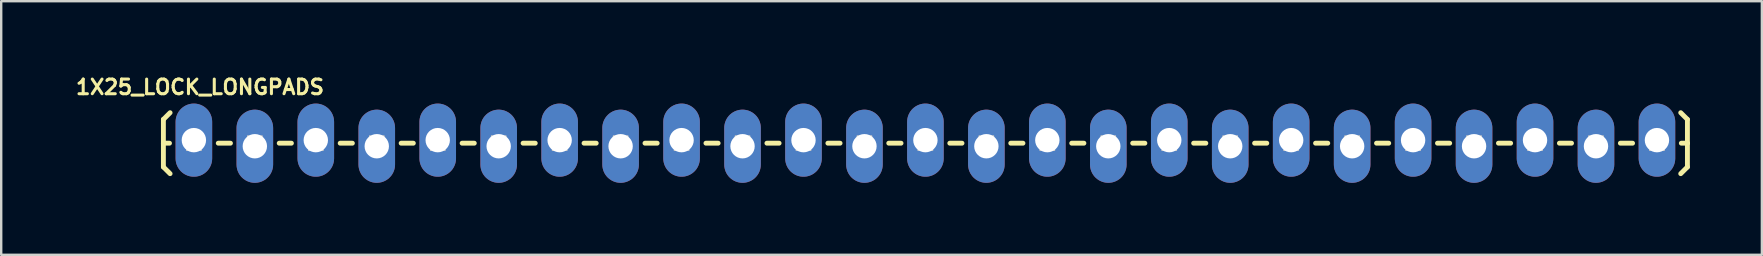
<source format=kicad_pcb>
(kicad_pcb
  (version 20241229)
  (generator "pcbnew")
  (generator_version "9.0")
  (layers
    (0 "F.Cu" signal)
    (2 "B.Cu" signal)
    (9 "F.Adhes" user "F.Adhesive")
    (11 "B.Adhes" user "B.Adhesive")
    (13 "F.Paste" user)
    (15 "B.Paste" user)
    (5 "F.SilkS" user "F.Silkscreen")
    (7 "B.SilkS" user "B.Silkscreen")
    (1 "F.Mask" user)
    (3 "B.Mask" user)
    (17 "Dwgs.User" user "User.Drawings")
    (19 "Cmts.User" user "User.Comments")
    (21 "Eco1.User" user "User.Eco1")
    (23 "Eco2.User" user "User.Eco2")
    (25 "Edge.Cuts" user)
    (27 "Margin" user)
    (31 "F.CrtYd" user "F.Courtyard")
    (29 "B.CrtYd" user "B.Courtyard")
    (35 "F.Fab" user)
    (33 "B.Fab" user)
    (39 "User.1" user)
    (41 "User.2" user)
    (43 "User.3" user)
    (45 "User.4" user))
  (footprint "1X25_LOCK_LONGPADS"
    (layer "F.Cu")
    (at 5.028 2.916)
    (property "Reference" "1X25_LOCK_LONGPADS" (at 0.254 -2.337 0) (layer "F.SilkS") (effects (font (size 0.61 0.61) (thickness 0.127))))
    (attr exclude_from_pos_files exclude_from_bom)
    (fp_line (start -1.27 -0.991) (end -0.991 -1.27) (stroke (width 0.203) (type solid)) (layer "F.SilkS"))
    (fp_line (start -1.27 0) (end -1.27 -0.991) (stroke (width 0.203) (type solid)) (layer "F.SilkS"))
    (fp_line (start -1.27 0) (end -1.27 0.991) (stroke (width 0.203) (type solid)) (layer "F.SilkS"))
    (fp_line (start -1.27 0) (end -1.016 0) (stroke (width 0.203) (type solid)) (layer "F.SilkS"))
    (fp_line (start -1.27 0.991) (end -0.991 1.27) (stroke (width 0.203) (type solid)) (layer "F.SilkS"))
    (fp_line (start 1.524 0) (end 1.016 0) (stroke (width 0.203) (type solid)) (layer "F.SilkS"))
    (fp_line (start 4.064 0) (end 3.556 0) (stroke (width 0.203) (type solid)) (layer "F.SilkS"))
    (fp_line (start 6.604 0) (end 6.096 0) (stroke (width 0.203) (type solid)) (layer "F.SilkS"))
    (fp_line (start 9.144 0) (end 8.636 0) (stroke (width 0.203) (type solid)) (layer "F.SilkS"))
    (fp_line (start 11.684 0) (end 11.176 0) (stroke (width 0.203) (type solid)) (layer "F.SilkS"))
    (fp_line (start 14.224 0) (end 13.716 0) (stroke (width 0.203) (type solid)) (layer "F.SilkS"))
    (fp_line (start 16.764 0) (end 16.256 0) (stroke (width 0.203) (type solid)) (layer "F.SilkS"))
    (fp_line (start 19.304 0) (end 18.796 0) (stroke (width 0.203) (type solid)) (layer "F.SilkS"))
    (fp_line (start 21.844 0) (end 21.336 0) (stroke (width 0.203) (type solid)) (layer "F.SilkS"))
    (fp_line (start 24.384 0) (end 23.876 0) (stroke (width 0.203) (type solid)) (layer "F.SilkS"))
    (fp_line (start 26.924 0) (end 26.416 0) (stroke (width 0.203) (type solid)) (layer "F.SilkS"))
    (fp_line (start 29.464 0) (end 28.953 0) (stroke (width 0.203) (type solid)) (layer "F.SilkS"))
    (fp_line (start 32.004 0) (end 31.496 0) (stroke (width 0.203) (type solid)) (layer "F.SilkS"))
    (fp_line (start 34.544 0) (end 34.036 0) (stroke (width 0.203) (type solid)) (layer "F.SilkS"))
    (fp_line (start 37.084 0) (end 36.576 0) (stroke (width 0.203) (type solid)) (layer "F.SilkS"))
    (fp_line (start 39.624 0) (end 39.116 0) (stroke (width 0.203) (type solid)) (layer "F.SilkS"))
    (fp_line (start 42.164 0) (end 41.656 0) (stroke (width 0.203) (type solid)) (layer "F.SilkS"))
    (fp_line (start 44.704 0) (end 44.196 0) (stroke (width 0.203) (type solid)) (layer "F.SilkS"))
    (fp_line (start 47.244 0) (end 46.736 0) (stroke (width 0.203) (type solid)) (layer "F.SilkS"))
    (fp_line (start 49.784 0) (end 49.276 0) (stroke (width 0.203) (type solid)) (layer "F.SilkS"))
    (fp_line (start 52.324 0) (end 51.816 0) (stroke (width 0.203) (type solid)) (layer "F.SilkS"))
    (fp_line (start 54.864 0) (end 54.356 0) (stroke (width 0.203) (type solid)) (layer "F.SilkS"))
    (fp_line (start 57.401 0) (end 56.896 0) (stroke (width 0.203) (type solid)) (layer "F.SilkS"))
    (fp_line (start 59.944 0) (end 59.436 0) (stroke (width 0.203) (type solid)) (layer "F.SilkS"))
    (fp_line (start 62.23 -0.991) (end 61.951 -1.27) (stroke (width 0.203) (type solid)) (layer "F.SilkS"))
    (fp_line (start 62.23 0) (end 61.976 0) (stroke (width 0.203) (type solid)) (layer "F.SilkS"))
    (fp_line (start 62.23 0) (end 62.23 -0.991) (stroke (width 0.203) (type solid)) (layer "F.SilkS"))
    (fp_line (start 62.23 0) (end 62.23 0.991) (stroke (width 0.203) (type solid)) (layer "F.SilkS"))
    (fp_line (start 62.23 0.991) (end 61.951 1.27) (stroke (width 0.203) (type solid)) (layer "F.SilkS"))
    (fp_line (start -0.292 -0.292) (end 0.292 -0.292) (stroke (width 0.066) (type solid)) (layer "Dwgs.User"))
    (fp_line (start -0.292 0.292) (end -0.292 -0.292) (stroke (width 0.066) (type solid)) (layer "Dwgs.User"))
    (fp_line (start -0.292 0.292) (end 0.292 0.292) (stroke (width 0.066) (type solid)) (layer "Dwgs.User"))
    (fp_line (start 0.292 0.292) (end 0.292 -0.292) (stroke (width 0.066) (type solid)) (layer "Dwgs.User"))
    (fp_line (start 2.248 -0.292) (end 2.832 -0.292) (stroke (width 0.066) (type solid)) (layer "Dwgs.User"))
    (fp_line (start 2.248 0.292) (end 2.248 -0.292) (stroke (width 0.066) (type solid)) (layer "Dwgs.User"))
    (fp_line (start 2.248 0.292) (end 2.832 0.292) (stroke (width 0.066) (type solid)) (layer "Dwgs.User"))
    (fp_line (start 2.832 0.292) (end 2.832 -0.292) (stroke (width 0.066) (type solid)) (layer "Dwgs.User"))
    (fp_line (start 4.788 -0.292) (end 5.372 -0.292) (stroke (width 0.066) (type solid)) (layer "Dwgs.User"))
    (fp_line (start 4.788 0.292) (end 4.788 -0.292) (stroke (width 0.066) (type solid)) (layer "Dwgs.User"))
    (fp_line (start 4.788 0.292) (end 5.372 0.292) (stroke (width 0.066) (type solid)) (layer "Dwgs.User"))
    (fp_line (start 5.372 0.292) (end 5.372 -0.292) (stroke (width 0.066) (type solid)) (layer "Dwgs.User"))
    (fp_line (start 7.328 -0.292) (end 7.912 -0.292) (stroke (width 0.066) (type solid)) (layer "Dwgs.User"))
    (fp_line (start 7.328 0.292) (end 7.328 -0.292) (stroke (width 0.066) (type solid)) (layer "Dwgs.User"))
    (fp_line (start 7.328 0.292) (end 7.912 0.292) (stroke (width 0.066) (type solid)) (layer "Dwgs.User"))
    (fp_line (start 7.912 0.292) (end 7.912 -0.292) (stroke (width 0.066) (type solid)) (layer "Dwgs.User"))
    (fp_line (start 9.868 -0.292) (end 10.452 -0.292) (stroke (width 0.066) (type solid)) (layer "Dwgs.User"))
    (fp_line (start 9.868 0.292) (end 9.868 -0.292) (stroke (width 0.066) (type solid)) (layer "Dwgs.User"))
    (fp_line (start 9.868 0.292) (end 10.452 0.292) (stroke (width 0.066) (type solid)) (layer "Dwgs.User"))
    (fp_line (start 10.452 0.292) (end 10.452 -0.292) (stroke (width 0.066) (type solid)) (layer "Dwgs.User"))
    (fp_line (start 12.408 -0.292) (end 12.992 -0.292) (stroke (width 0.066) (type solid)) (layer "Dwgs.User"))
    (fp_line (start 12.408 0.292) (end 12.408 -0.292) (stroke (width 0.066) (type solid)) (layer "Dwgs.User"))
    (fp_line (start 12.408 0.292) (end 12.992 0.292) (stroke (width 0.066) (type solid)) (layer "Dwgs.User"))
    (fp_line (start 12.992 0.292) (end 12.992 -0.292) (stroke (width 0.066) (type solid)) (layer "Dwgs.User"))
    (fp_line (start 14.948 -0.292) (end 15.532 -0.292) (stroke (width 0.066) (type solid)) (layer "Dwgs.User"))
    (fp_line (start 14.948 0.292) (end 14.948 -0.292) (stroke (width 0.066) (type solid)) (layer "Dwgs.User"))
    (fp_line (start 14.948 0.292) (end 15.532 0.292) (stroke (width 0.066) (type solid)) (layer "Dwgs.User"))
    (fp_line (start 15.532 0.292) (end 15.532 -0.292) (stroke (width 0.066) (type solid)) (layer "Dwgs.User"))
    (fp_line (start 17.488 -0.292) (end 18.072 -0.292) (stroke (width 0.066) (type solid)) (layer "Dwgs.User"))
    (fp_line (start 17.488 0.292) (end 17.488 -0.292) (stroke (width 0.066) (type solid)) (layer "Dwgs.User"))
    (fp_line (start 17.488 0.292) (end 18.072 0.292) (stroke (width 0.066) (type solid)) (layer "Dwgs.User"))
    (fp_line (start 18.072 0.292) (end 18.072 -0.292) (stroke (width 0.066) (type solid)) (layer "Dwgs.User"))
    (fp_line (start 20.028 -0.292) (end 20.612 -0.292) (stroke (width 0.066) (type solid)) (layer "Dwgs.User"))
    (fp_line (start 20.028 0.292) (end 20.028 -0.292) (stroke (width 0.066) (type solid)) (layer "Dwgs.User"))
    (fp_line (start 20.028 0.292) (end 20.612 0.292) (stroke (width 0.066) (type solid)) (layer "Dwgs.User"))
    (fp_line (start 20.612 0.292) (end 20.612 -0.292) (stroke (width 0.066) (type solid)) (layer "Dwgs.User"))
    (fp_line (start 22.568 -0.292) (end 23.152 -0.292) (stroke (width 0.066) (type solid)) (layer "Dwgs.User"))
    (fp_line (start 22.568 0.292) (end 22.568 -0.292) (stroke (width 0.066) (type solid)) (layer "Dwgs.User"))
    (fp_line (start 22.568 0.292) (end 23.152 0.292) (stroke (width 0.066) (type solid)) (layer "Dwgs.User"))
    (fp_line (start 23.152 0.292) (end 23.152 -0.292) (stroke (width 0.066) (type solid)) (layer "Dwgs.User"))
    (fp_line (start 25.108 -0.292) (end 25.692 -0.292) (stroke (width 0.066) (type solid)) (layer "Dwgs.User"))
    (fp_line (start 25.108 0.292) (end 25.108 -0.292) (stroke (width 0.066) (type solid)) (layer "Dwgs.User"))
    (fp_line (start 25.108 0.292) (end 25.692 0.292) (stroke (width 0.066) (type solid)) (layer "Dwgs.User"))
    (fp_line (start 25.692 0.292) (end 25.692 -0.292) (stroke (width 0.066) (type solid)) (layer "Dwgs.User"))
    (fp_line (start 27.648 -0.292) (end 28.232 -0.292) (stroke (width 0.066) (type solid)) (layer "Dwgs.User"))
    (fp_line (start 27.648 0.292) (end 27.648 -0.292) (stroke (width 0.066) (type solid)) (layer "Dwgs.User"))
    (fp_line (start 27.648 0.292) (end 28.232 0.292) (stroke (width 0.066) (type solid)) (layer "Dwgs.User"))
    (fp_line (start 28.232 0.292) (end 28.232 -0.292) (stroke (width 0.066) (type solid)) (layer "Dwgs.User"))
    (fp_line (start 30.185 -0.292) (end 30.772 -0.292) (stroke (width 0.066) (type solid)) (layer "Dwgs.User"))
    (fp_line (start 30.185 0.292) (end 30.185 -0.292) (stroke (width 0.066) (type solid)) (layer "Dwgs.User"))
    (fp_line (start 30.185 0.292) (end 30.772 0.292) (stroke (width 0.066) (type solid)) (layer "Dwgs.User"))
    (fp_line (start 30.772 0.292) (end 30.772 -0.292) (stroke (width 0.066) (type solid)) (layer "Dwgs.User"))
    (fp_line (start 32.728 -0.292) (end 33.312 -0.292) (stroke (width 0.066) (type solid)) (layer "Dwgs.User"))
    (fp_line (start 32.728 0.292) (end 32.728 -0.292) (stroke (width 0.066) (type solid)) (layer "Dwgs.User"))
    (fp_line (start 32.728 0.292) (end 33.312 0.292) (stroke (width 0.066) (type solid)) (layer "Dwgs.User"))
    (fp_line (start 33.312 0.292) (end 33.312 -0.292) (stroke (width 0.066) (type solid)) (layer "Dwgs.User"))
    (fp_line (start 35.268 -0.292) (end 35.852 -0.292) (stroke (width 0.066) (type solid)) (layer "Dwgs.User"))
    (fp_line (start 35.268 0.292) (end 35.268 -0.292) (stroke (width 0.066) (type solid)) (layer "Dwgs.User"))
    (fp_line (start 35.268 0.292) (end 35.852 0.292) (stroke (width 0.066) (type solid)) (layer "Dwgs.User"))
    (fp_line (start 35.852 0.292) (end 35.852 -0.292) (stroke (width 0.066) (type solid)) (layer "Dwgs.User"))
    (fp_line (start 37.808 -0.292) (end 38.392 -0.292) (stroke (width 0.066) (type solid)) (layer "Dwgs.User"))
    (fp_line (start 37.808 0.292) (end 37.808 -0.292) (stroke (width 0.066) (type solid)) (layer "Dwgs.User"))
    (fp_line (start 37.808 0.292) (end 38.392 0.292) (stroke (width 0.066) (type solid)) (layer "Dwgs.User"))
    (fp_line (start 38.392 0.292) (end 38.392 -0.292) (stroke (width 0.066) (type solid)) (layer "Dwgs.User"))
    (fp_line (start 40.348 -0.292) (end 40.932 -0.292) (stroke (width 0.066) (type solid)) (layer "Dwgs.User"))
    (fp_line (start 40.348 0.292) (end 40.348 -0.292) (stroke (width 0.066) (type solid)) (layer "Dwgs.User"))
    (fp_line (start 40.348 0.292) (end 40.932 0.292) (stroke (width 0.066) (type solid)) (layer "Dwgs.User"))
    (fp_line (start 40.932 0.292) (end 40.932 -0.292) (stroke (width 0.066) (type solid)) (layer "Dwgs.User"))
    (fp_line (start 42.888 -0.292) (end 43.472 -0.292) (stroke (width 0.066) (type solid)) (layer "Dwgs.User"))
    (fp_line (start 42.888 0.292) (end 42.888 -0.292) (stroke (width 0.066) (type solid)) (layer "Dwgs.User"))
    (fp_line (start 42.888 0.292) (end 43.472 0.292) (stroke (width 0.066) (type solid)) (layer "Dwgs.User"))
    (fp_line (start 43.472 0.292) (end 43.472 -0.292) (stroke (width 0.066) (type solid)) (layer "Dwgs.User"))
    (fp_line (start 45.428 -0.292) (end 46.012 -0.292) (stroke (width 0.066) (type solid)) (layer "Dwgs.User"))
    (fp_line (start 45.428 0.292) (end 45.428 -0.292) (stroke (width 0.066) (type solid)) (layer "Dwgs.User"))
    (fp_line (start 45.428 0.292) (end 46.012 0.292) (stroke (width 0.066) (type solid)) (layer "Dwgs.User"))
    (fp_line (start 46.012 0.292) (end 46.012 -0.292) (stroke (width 0.066) (type solid)) (layer "Dwgs.User"))
    (fp_line (start 47.968 -0.292) (end 48.552 -0.292) (stroke (width 0.066) (type solid)) (layer "Dwgs.User"))
    (fp_line (start 47.968 0.292) (end 47.968 -0.292) (stroke (width 0.066) (type solid)) (layer "Dwgs.User"))
    (fp_line (start 47.968 0.292) (end 48.552 0.292) (stroke (width 0.066) (type solid)) (layer "Dwgs.User"))
    (fp_line (start 48.552 0.292) (end 48.552 -0.292) (stroke (width 0.066) (type solid)) (layer "Dwgs.User"))
    (fp_line (start 50.508 -0.292) (end 51.092 -0.292) (stroke (width 0.066) (type solid)) (layer "Dwgs.User"))
    (fp_line (start 50.508 0.292) (end 50.508 -0.292) (stroke (width 0.066) (type solid)) (layer "Dwgs.User"))
    (fp_line (start 50.508 0.292) (end 51.092 0.292) (stroke (width 0.066) (type solid)) (layer "Dwgs.User"))
    (fp_line (start 51.092 0.292) (end 51.092 -0.292) (stroke (width 0.066) (type solid)) (layer "Dwgs.User"))
    (fp_line (start 53.045 -0.292) (end 53.632 -0.292) (stroke (width 0.066) (type solid)) (layer "Dwgs.User"))
    (fp_line (start 53.045 0.292) (end 53.045 -0.292) (stroke (width 0.066) (type solid)) (layer "Dwgs.User"))
    (fp_line (start 53.045 0.292) (end 53.632 0.292) (stroke (width 0.066) (type solid)) (layer "Dwgs.User"))
    (fp_line (start 53.632 0.292) (end 53.632 -0.292) (stroke (width 0.066) (type solid)) (layer "Dwgs.User"))
    (fp_line (start 55.588 -0.292) (end 56.172 -0.292) (stroke (width 0.066) (type solid)) (layer "Dwgs.User"))
    (fp_line (start 55.588 0.292) (end 55.588 -0.292) (stroke (width 0.066) (type solid)) (layer "Dwgs.User"))
    (fp_line (start 55.588 0.292) (end 56.172 0.292) (stroke (width 0.066) (type solid)) (layer "Dwgs.User"))
    (fp_line (start 56.172 0.292) (end 56.172 -0.292) (stroke (width 0.066) (type solid)) (layer "Dwgs.User"))
    (fp_line (start 58.128 -0.292) (end 58.712 -0.292) (stroke (width 0.066) (type solid)) (layer "Dwgs.User"))
    (fp_line (start 58.128 0.292) (end 58.128 -0.292) (stroke (width 0.066) (type solid)) (layer "Dwgs.User"))
    (fp_line (start 58.128 0.292) (end 58.712 0.292) (stroke (width 0.066) (type solid)) (layer "Dwgs.User"))
    (fp_line (start 58.712 0.292) (end 58.712 -0.292) (stroke (width 0.066) (type solid)) (layer "Dwgs.User"))
    (fp_line (start 60.668 -0.292) (end 61.252 -0.292) (stroke (width 0.066) (type solid)) (layer "Dwgs.User"))
    (fp_line (start 60.668 0.292) (end 60.668 -0.292) (stroke (width 0.066) (type solid)) (layer "Dwgs.User"))
    (fp_line (start 60.668 0.292) (end 61.252 0.292) (stroke (width 0.066) (type solid)) (layer "Dwgs.User"))
    (fp_line (start 61.252 0.292) (end 61.252 -0.292) (stroke (width 0.066) (type solid)) (layer "Dwgs.User"))
    (pad "1" thru_hole oval (at 0 -0.127 180) (size 1.524 3.048) (drill 1.016) (layers "*.Cu" "*.Paste" "*.Mask"))
    (pad "2" thru_hole oval (at 2.54 0.127 180) (size 1.524 3.048) (drill 1.016) (layers "*.Cu" "*.Paste" "*.Mask"))
    (pad "3" thru_hole oval (at 5.08 -0.127 180) (size 1.524 3.048) (drill 1.016) (layers "*.Cu" "*.Paste" "*.Mask"))
    (pad "4" thru_hole oval (at 7.62 0.127 180) (size 1.524 3.048) (drill 1.016) (layers "*.Cu" "*.Paste" "*.Mask"))
    (pad "5" thru_hole oval (at 10.16 -0.127 180) (size 1.524 3.048) (drill 1.016) (layers "*.Cu" "*.Paste" "*.Mask"))
    (pad "6" thru_hole oval (at 12.7 0.127 180) (size 1.524 3.048) (drill 1.016) (layers "*.Cu" "*.Paste" "*.Mask"))
    (pad "7" thru_hole oval (at 15.24 -0.127 180) (size 1.524 3.048) (drill 1.016) (layers "*.Cu" "*.Paste" "*.Mask"))
    (pad "8" thru_hole oval (at 17.78 0.127 180) (size 1.524 3.048) (drill 1.016) (layers "*.Cu" "*.Paste" "*.Mask"))
    (pad "9" thru_hole oval (at 20.32 -0.127 180) (size 1.524 3.048) (drill 1.016) (layers "*.Cu" "*.Paste" "*.Mask"))
    (pad "10" thru_hole oval (at 22.86 0.127 180) (size 1.524 3.048) (drill 1.016) (layers "*.Cu" "*.Paste" "*.Mask"))
    (pad "11" thru_hole oval (at 25.4 -0.127 180) (size 1.524 3.048) (drill 1.016) (layers "*.Cu" "*.Paste" "*.Mask"))
    (pad "12" thru_hole oval (at 27.94 0.127 180) (size 1.524 3.048) (drill 1.016) (layers "*.Cu" "*.Paste" "*.Mask"))
    (pad "13" thru_hole oval (at 30.48 -0.127 180) (size 1.524 3.048) (drill 1.016) (layers "*.Cu" "*.Paste" "*.Mask"))
    (pad "14" thru_hole oval (at 33.02 0.127 180) (size 1.524 3.048) (drill 1.016) (layers "*.Cu" "*.Paste" "*.Mask"))
    (pad "15" thru_hole oval (at 35.56 -0.127 180) (size 1.524 3.048) (drill 1.016) (layers "*.Cu" "*.Paste" "*.Mask"))
    (pad "16" thru_hole oval (at 38.1 0.127 180) (size 1.524 3.048) (drill 1.016) (layers "*.Cu" "*.Paste" "*.Mask"))
    (pad "17" thru_hole oval (at 40.64 -0.127 180) (size 1.524 3.048) (drill 1.016) (layers "*.Cu" "*.Paste" "*.Mask"))
    (pad "18" thru_hole oval (at 43.18 0.127 180) (size 1.524 3.048) (drill 1.016) (layers "*.Cu" "*.Paste" "*.Mask"))
    (pad "19" thru_hole oval (at 45.72 -0.127 180) (size 1.524 3.048) (drill 1.016) (layers "*.Cu" "*.Paste" "*.Mask"))
    (pad "20" thru_hole oval (at 48.26 0.127 180) (size 1.524 3.048) (drill 1.016) (layers "*.Cu" "*.Paste" "*.Mask"))
    (pad "21" thru_hole oval (at 50.8 -0.127 180) (size 1.524 3.048) (drill 1.016) (layers "*.Cu" "*.Paste" "*.Mask"))
    (pad "22" thru_hole oval (at 53.34 0.127 180) (size 1.524 3.048) (drill 1.016) (layers "*.Cu" "*.Paste" "*.Mask"))
    (pad "23" thru_hole oval (at 55.88 -0.127 180) (size 1.524 3.048) (drill 1.016) (layers "*.Cu" "*.Paste" "*.Mask"))
    (pad "24" thru_hole oval (at 58.42 0.127 180) (size 1.524 3.048) (drill 1.016) (layers "*.Cu" "*.Paste" "*.Mask"))
    (pad "25" thru_hole oval (at 60.96 -0.127 180) (size 1.524 3.048) (drill 1.016) (layers "*.Cu" "*.Paste" "*.Mask")))
  (gr_rect
    (start -3 -3)
    (end 70.36 7.567)
    (stroke (width 0.1) (type default))
    (fill no)
    (layer "Edge.Cuts")))
</source>
